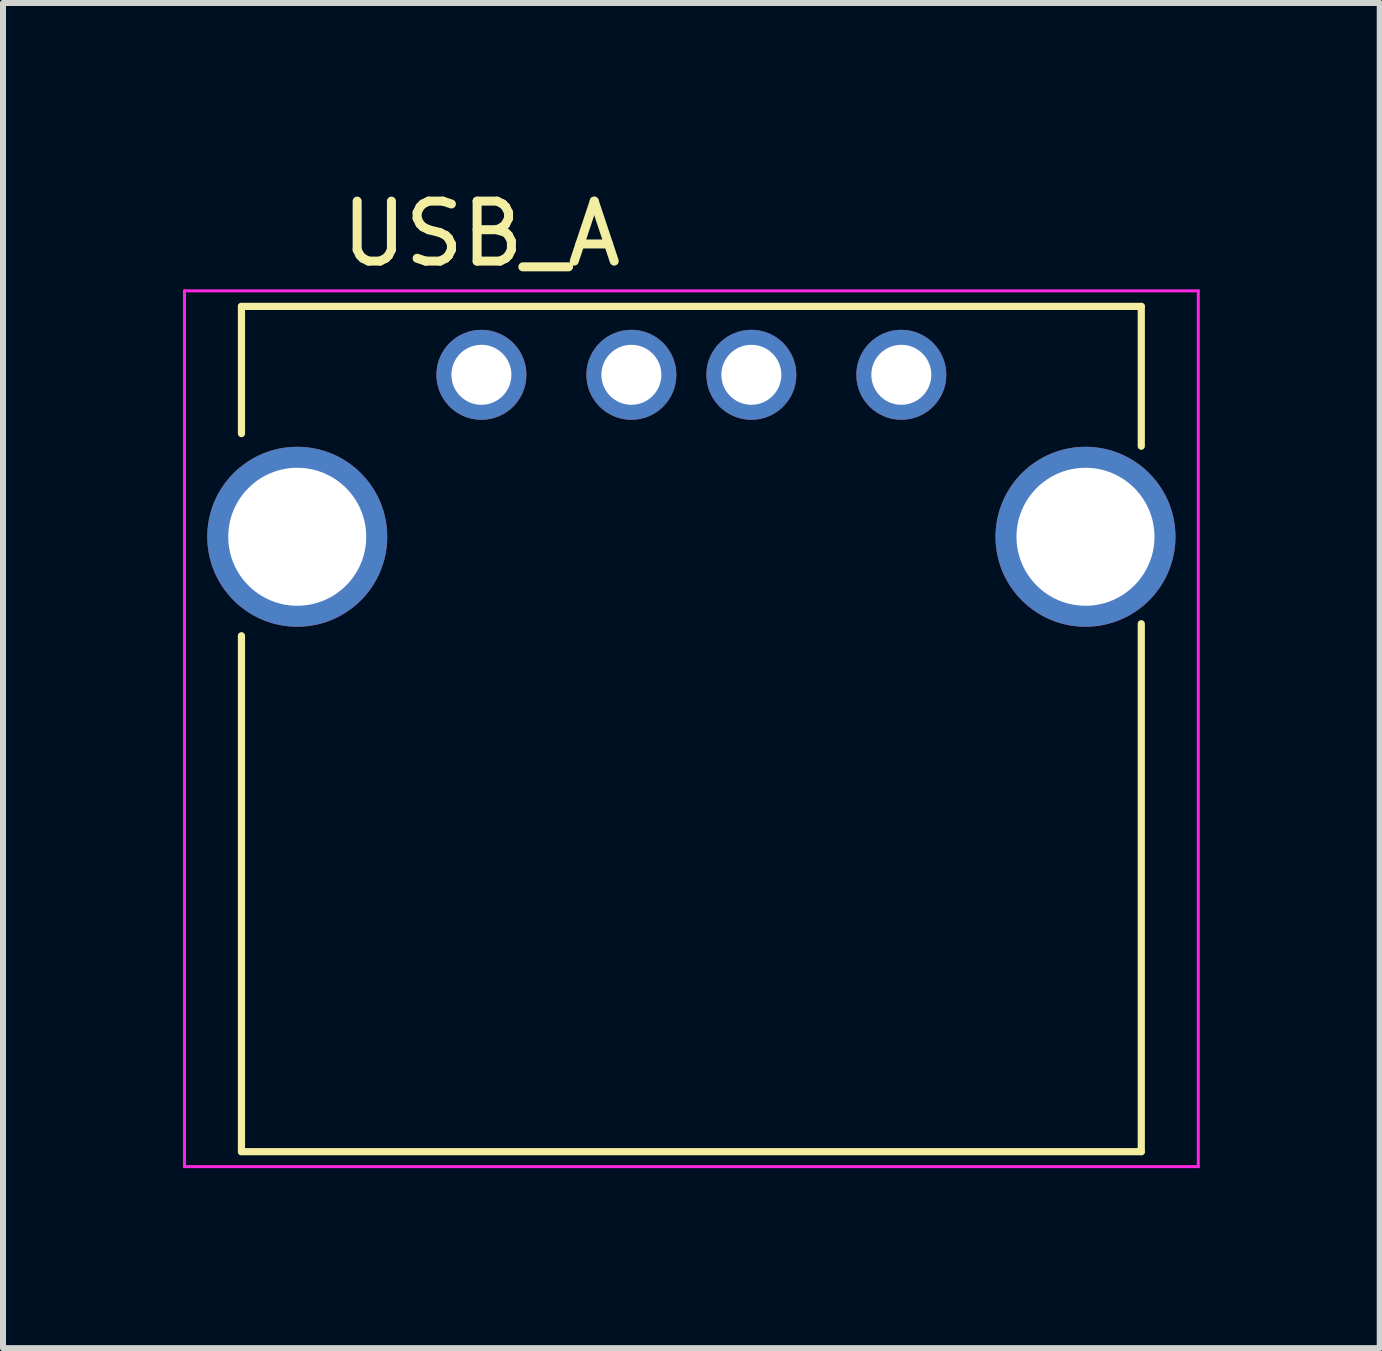
<source format=kicad_pcb>
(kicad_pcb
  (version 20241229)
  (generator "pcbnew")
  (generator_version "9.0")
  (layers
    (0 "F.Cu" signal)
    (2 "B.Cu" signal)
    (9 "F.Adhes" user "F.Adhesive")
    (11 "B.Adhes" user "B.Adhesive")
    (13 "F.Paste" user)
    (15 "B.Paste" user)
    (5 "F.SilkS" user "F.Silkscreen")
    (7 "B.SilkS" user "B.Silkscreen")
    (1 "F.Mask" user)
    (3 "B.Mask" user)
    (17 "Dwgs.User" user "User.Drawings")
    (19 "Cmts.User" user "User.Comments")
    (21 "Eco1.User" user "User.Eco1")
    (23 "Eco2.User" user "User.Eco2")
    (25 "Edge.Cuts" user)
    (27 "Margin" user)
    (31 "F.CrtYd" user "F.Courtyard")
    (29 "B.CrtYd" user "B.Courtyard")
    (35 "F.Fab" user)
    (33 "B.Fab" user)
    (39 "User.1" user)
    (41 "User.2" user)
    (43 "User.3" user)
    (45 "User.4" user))
  (footprint "USB_A"
    (layer "F.Cu")
    (at 4.975 3.198)
    (property "Reference" "USB_A" (at 0 -2.35 0) (layer "F.SilkS") (effects (font (size 1 1) (thickness 0.15))))
    (attr through_hole)
    (fp_line (start -4 -1.14) (end -4 0.98) (stroke (width 0.12) (type solid)) (layer "F.SilkS"))
    (fp_line (start -4 4.35) (end -4 12.95) (stroke (width 0.12) (type solid)) (layer "F.SilkS"))
    (fp_line (start 11 -1.14) (end -4 -1.14) (stroke (width 0.12) (type solid)) (layer "F.SilkS"))
    (fp_line (start 11 -1.14) (end 11 1.19) (stroke (width 0.12) (type solid)) (layer "F.SilkS"))
    (fp_line (start 11 4.15) (end 11 12.95) (stroke (width 0.12) (type solid)) (layer "F.SilkS"))
    (fp_line (start 11 12.95) (end -4 12.95) (stroke (width 0.12) (type solid)) (layer "F.SilkS"))
    (fp_line (start -4.95 -1.4) (end 11.95 -1.4) (stroke (width 0.05) (type solid)) (layer "F.CrtYd"))
    (fp_line (start -4.95 13.2) (end -4.95 -1.4) (stroke (width 0.05) (type solid)) (layer "F.CrtYd"))
    (fp_line (start -4.95 13.2) (end 11.95 13.2) (stroke (width 0.05) (type solid)) (layer "F.CrtYd"))
    (fp_line (start 11.95 -1.4) (end 11.95 13.2) (stroke (width 0.05) (type solid)) (layer "F.CrtYd"))
    (pad "1" thru_hole circle (at 0 0 270) (size 1.5 1.5) (drill 1) (layers "*.Cu" "*.Mask"))
    (pad "2" thru_hole circle (at 2.5 0 270) (size 1.5 1.5) (drill 1) (layers "*.Cu" "*.Mask"))
    (pad "3" thru_hole circle (at 4.5 0 270) (size 1.5 1.5) (drill 1) (layers "*.Cu" "*.Mask"))
    (pad "4" thru_hole circle (at 7 0 270) (size 1.5 1.5) (drill 1) (layers "*.Cu" "*.Mask"))
    (pad "5" thru_hole circle (at -3.07 2.7 270) (size 3 3) (drill 2.3) (layers "*.Cu" "*.Mask"))
    (pad "5" thru_hole circle (at 10.07 2.7 270) (size 3 3) (drill 2.3) (layers "*.Cu" "*.Mask")))
  (gr_rect
    (start -3 -3)
    (end 19.95 19.423)
    (stroke (width 0.1) (type default))
    (fill no)
    (layer "Edge.Cuts")))
</source>
